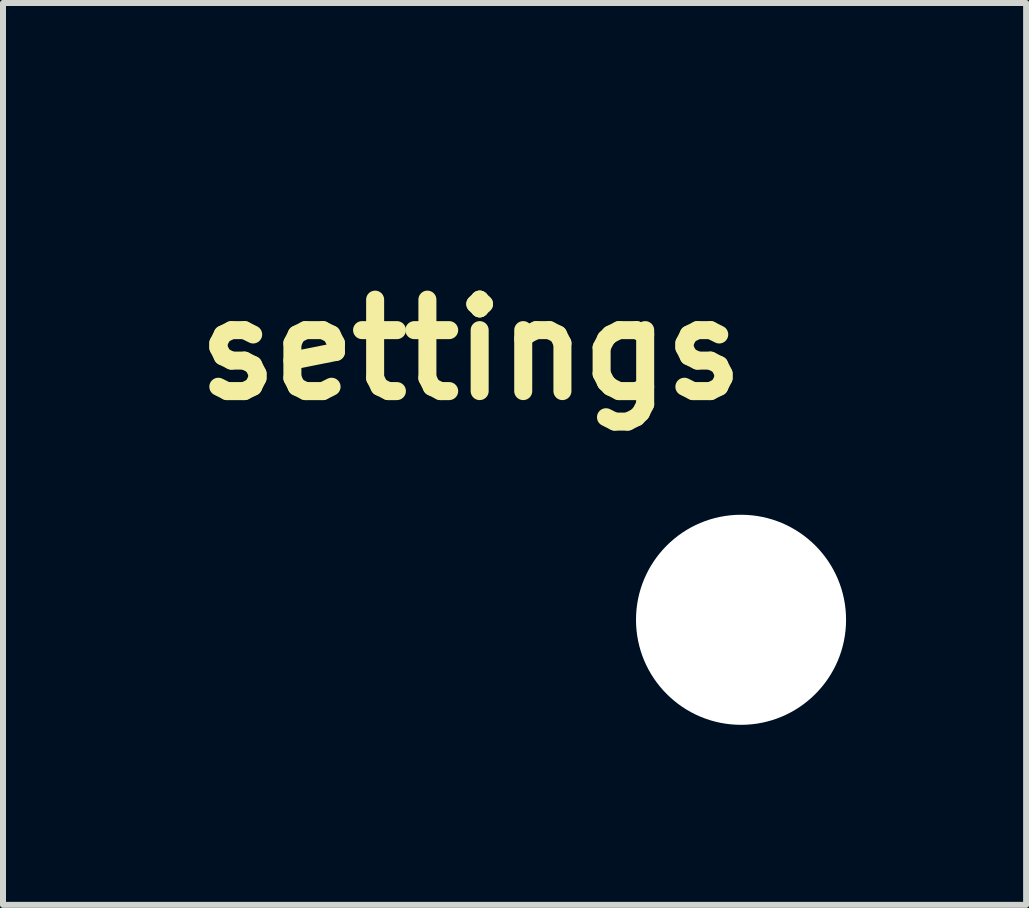
<source format=kicad_pcb>
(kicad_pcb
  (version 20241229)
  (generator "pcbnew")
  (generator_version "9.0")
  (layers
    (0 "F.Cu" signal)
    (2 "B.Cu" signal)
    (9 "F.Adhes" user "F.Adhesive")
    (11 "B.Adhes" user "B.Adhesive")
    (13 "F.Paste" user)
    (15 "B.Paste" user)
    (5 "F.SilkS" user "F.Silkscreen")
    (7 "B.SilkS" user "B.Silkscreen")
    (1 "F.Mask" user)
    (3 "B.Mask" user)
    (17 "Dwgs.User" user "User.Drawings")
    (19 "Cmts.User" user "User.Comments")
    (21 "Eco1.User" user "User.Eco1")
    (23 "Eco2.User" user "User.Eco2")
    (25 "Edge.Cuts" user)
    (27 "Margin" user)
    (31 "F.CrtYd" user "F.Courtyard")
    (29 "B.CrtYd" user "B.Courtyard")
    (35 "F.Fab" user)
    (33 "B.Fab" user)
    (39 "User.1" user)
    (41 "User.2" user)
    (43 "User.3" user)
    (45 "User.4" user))
  (footprint "settings"
    (layer "F.Cu")
    (at 9.297 7.277)
    (property "Reference" "settings" (at -4.5 -4.5 0) (layer "F.SilkS") (effects (font (size 1.524 1.524) (thickness 0.3))))
    (attr through_hole)
    (fp_poly (pts (xy -4.474 -5.063) (xy -4.387 -5.047) (xy -4.301 -5.017) (xy -4.248 -4.989) (xy -4.199 -4.955) (xy -4.149 -4.91) (xy -4.103 -4.859) (xy -4.064 -4.808) (xy -4.049 -4.782) (xy -4.011 -4.694) (xy -3.99 -4.603) (xy -3.984 -4.512) (xy -3.994 -4.421) (xy -4.02 -4.334) (xy -4.06 -4.251) (xy -4.116 -4.175) (xy -4.144 -4.144) (xy -4.217 -4.083) (xy -4.297 -4.036) (xy -4.383 -4.003) (xy -4.473 -3.986) (xy -4.565 -3.985) (xy -4.657 -4) (xy -4.66 -4.001) (xy -4.727 -4.024) (xy -4.796 -4.058) (xy -4.858 -4.098) (xy -4.871 -4.109) (xy -4.927 -4.163) (xy -4.976 -4.23) (xy -5.017 -4.304) (xy -5.045 -4.381) (xy -5.055 -4.42) (xy -5.064 -4.482) (xy -5.066 -4.538) (xy -5.061 -4.595) (xy -5.054 -4.633) (xy -5.027 -4.723) (xy -4.987 -4.803) (xy -4.936 -4.875) (xy -4.875 -4.936) (xy -4.805 -4.986) (xy -4.728 -5.024) (xy -4.646 -5.05) (xy -4.561 -5.064) (xy -4.474 -5.063)) (stroke (width 0.01) (type solid)) (fill yes) (layer "F.Mask"))
    (fp_poly (pts (xy -4.499 -7.272) (xy -4.452 -7.265) (xy -4.419 -7.253) (xy -4.372 -7.224) (xy -4.338 -7.19) (xy -4.31 -7.146) (xy -4.306 -7.139) (xy -4.28 -7.087) (xy -4.28 -6.577) (xy -4.168 -6.557) (xy -4.023 -6.527) (xy -3.885 -6.487) (xy -3.747 -6.436) (xy -3.606 -6.372) (xy -3.594 -6.366) (xy -3.544 -6.339) (xy -3.486 -6.306) (xy -3.425 -6.269) (xy -3.365 -6.231) (xy -3.311 -6.194) (xy -3.266 -6.162) (xy -3.263 -6.159) (xy -3.24 -6.142) (xy -3.04 -6.323) (xy -2.982 -6.376) (xy -2.934 -6.419) (xy -2.896 -6.452) (xy -2.865 -6.477) (xy -2.84 -6.496) (xy -2.821 -6.509) (xy -2.804 -6.518) (xy -2.793 -6.523) (xy -2.734 -6.537) (xy -2.676 -6.537) (xy -2.623 -6.523) (xy -2.574 -6.499) (xy -2.532 -6.464) (xy -2.499 -6.422) (xy -2.474 -6.374) (xy -2.461 -6.322) (xy -2.461 -6.268) (xy -2.474 -6.212) (xy -2.5 -6.161) (xy -2.513 -6.146) (xy -2.536 -6.121) (xy -2.568 -6.09) (xy -2.607 -6.053) (xy -2.65 -6.012) (xy -2.689 -5.977) (xy -2.734 -5.936) (xy -2.776 -5.898) (xy -2.813 -5.864) (xy -2.843 -5.837) (xy -2.864 -5.818) (xy -2.873 -5.809) (xy -2.892 -5.79) (xy -2.852 -5.735) (xy -2.761 -5.598) (xy -2.68 -5.45) (xy -2.61 -5.294) (xy -2.553 -5.134) (xy -2.51 -4.973) (xy -2.489 -4.865) (xy -2.474 -4.771) (xy -2.201 -4.771) (xy -2.125 -4.771) (xy -2.064 -4.771) (xy -2.016 -4.77) (xy -1.978 -4.769) (xy -1.95 -4.767) (xy -1.928 -4.765) (xy -1.911 -4.762) (xy -1.896 -4.759) (xy -1.882 -4.754) (xy -1.881 -4.754) (xy -1.831 -4.727) (xy -1.786 -4.687) (xy -1.751 -4.64) (xy -1.748 -4.634) (xy -1.734 -4.596) (xy -1.728 -4.548) (xy -1.728 -4.499) (xy -1.735 -4.452) (xy -1.747 -4.419) (xy -1.776 -4.372) (xy -1.81 -4.338) (xy -1.854 -4.31) (xy -1.861 -4.306) (xy -1.913 -4.28) (xy -2.474 -4.28) (xy -2.485 -4.206) (xy -2.516 -4.049) (xy -2.561 -3.89) (xy -2.619 -3.733) (xy -2.69 -3.581) (xy -2.77 -3.437) (xy -2.852 -3.315) (xy -2.899 -3.252) (xy -2.702 -3.053) (xy -2.641 -2.991) (xy -2.589 -2.937) (xy -2.547 -2.891) (xy -2.515 -2.855) (xy -2.494 -2.829) (xy -2.486 -2.816) (xy -2.466 -2.758) (xy -2.461 -2.698) (xy -2.472 -2.639) (xy -2.497 -2.582) (xy -2.529 -2.54) (xy -2.58 -2.497) (xy -2.636 -2.471) (xy -2.696 -2.461) (xy -2.759 -2.467) (xy -2.796 -2.478) (xy -2.811 -2.484) (xy -2.825 -2.492) (xy -2.841 -2.503) (xy -2.86 -2.518) (xy -2.884 -2.538) (xy -2.913 -2.566) (xy -2.951 -2.601) (xy -2.997 -2.647) (xy -3.048 -2.698) (xy -3.252 -2.899) (xy -3.328 -2.843) (xy -3.466 -2.752) (xy -3.612 -2.673) (xy -3.767 -2.605) (xy -3.864 -2.57) (xy -3.946 -2.544) (xy -4.031 -2.521) (xy -4.114 -2.502) (xy -4.189 -2.487) (xy -4.231 -2.481) (xy -4.28 -2.475) (xy -4.28 -1.913) (xy -4.306 -1.861) (xy -4.341 -1.806) (xy -4.385 -1.766) (xy -4.438 -1.74) (xy -4.501 -1.727) (xy -4.513 -1.727) (xy -4.56 -1.727) (xy -4.598 -1.733) (xy -4.604 -1.736) (xy -4.652 -1.76) (xy -4.695 -1.792) (xy -4.723 -1.824) (xy -4.736 -1.843) (xy -4.746 -1.86) (xy -4.754 -1.879) (xy -4.76 -1.901) (xy -4.764 -1.928) (xy -4.767 -1.962) (xy -4.769 -2.006) (xy -4.77 -2.06) (xy -4.771 -2.127) (xy -4.771 -2.201) (xy -4.771 -2.474) (xy -4.865 -2.489) (xy -5.027 -2.522) (xy -5.19 -2.571) (xy -5.351 -2.634) (xy -5.444 -2.678) (xy -5.484 -2.699) (xy -5.53 -2.724) (xy -5.578 -2.753) (xy -5.626 -2.782) (xy -5.672 -2.81) (xy -5.712 -2.836) (xy -5.743 -2.858) (xy -5.764 -2.874) (xy -5.77 -2.88) (xy -5.781 -2.89) (xy -5.786 -2.892) (xy -5.793 -2.886) (xy -5.81 -2.869) (xy -5.835 -2.843) (xy -5.867 -2.809) (xy -5.903 -2.769) (xy -5.94 -2.729) (xy -5.994 -2.669) (xy -6.039 -2.62) (xy -6.075 -2.581) (xy -6.104 -2.551) (xy -6.128 -2.528) (xy -6.147 -2.511) (xy -6.164 -2.498) (xy -6.179 -2.489) (xy -6.194 -2.482) (xy -6.206 -2.478) (xy -6.269 -2.462) (xy -6.331 -2.463) (xy -6.389 -2.481) (xy -6.443 -2.514) (xy -6.47 -2.539) (xy -6.507 -2.589) (xy -6.531 -2.646) (xy -6.54 -2.705) (xy -6.534 -2.763) (xy -6.516 -2.813) (xy -6.506 -2.828) (xy -6.486 -2.853) (xy -6.457 -2.888) (xy -6.422 -2.929) (xy -6.382 -2.975) (xy -6.338 -3.024) (xy -6.32 -3.044) (xy -6.141 -3.24) (xy -6.168 -3.276) (xy -6.233 -3.369) (xy -6.298 -3.473) (xy -6.359 -3.584) (xy -6.413 -3.695) (xy -6.459 -3.802) (xy -6.468 -3.826) (xy -6.496 -3.912) (xy -6.523 -4.009) (xy -6.546 -4.109) (xy -6.561 -4.19) (xy -6.576 -4.28) (xy -7.087 -4.28) (xy -7.139 -4.306) (xy -7.184 -4.333) (xy -7.219 -4.367) (xy -7.228 -4.379) (xy -6.091 -4.379) (xy -6.075 -4.277) (xy -6.043 -4.128) (xy -5.997 -3.982) (xy -5.939 -3.842) (xy -5.869 -3.712) (xy -5.835 -3.659) (xy -5.808 -3.619) (xy -5.777 -3.578) (xy -5.745 -3.538) (xy -5.716 -3.503) (xy -5.69 -3.474) (xy -5.67 -3.455) (xy -5.662 -3.45) (xy -5.645 -3.436) (xy -5.623 -3.415) (xy -5.608 -3.397) (xy -5.575 -3.36) (xy -5.535 -3.322) (xy -5.484 -3.282) (xy -5.422 -3.237) (xy -5.393 -3.217) (xy -5.256 -3.136) (xy -5.113 -3.069) (xy -4.963 -3.017) (xy -4.81 -2.98) (xy -4.655 -2.959) (xy -4.498 -2.954) (xy -4.394 -2.96) (xy -4.244 -2.98) (xy -4.101 -3.013) (xy -3.963 -3.059) (xy -3.836 -3.115) (xy -3.767 -3.151) (xy -3.699 -3.19) (xy -3.633 -3.232) (xy -3.573 -3.275) (xy -3.52 -3.317) (xy -3.478 -3.355) (xy -3.448 -3.389) (xy -3.446 -3.392) (xy -3.424 -3.418) (xy -3.397 -3.442) (xy -3.392 -3.446) (xy -3.359 -3.474) (xy -3.321 -3.515) (xy -3.279 -3.568) (xy -3.236 -3.628) (xy -3.193 -3.695) (xy -3.152 -3.765) (xy -3.116 -3.833) (xy -3.053 -3.981) (xy -3.005 -4.132) (xy -2.973 -4.287) (xy -2.957 -4.443) (xy -2.956 -4.599) (xy -2.971 -4.755) (xy -3.002 -4.909) (xy -3.049 -5.059) (xy -3.11 -5.205) (xy -3.187 -5.346) (xy -3.217 -5.393) (xy -3.265 -5.461) (xy -3.307 -5.516) (xy -3.345 -5.56) (xy -3.383 -5.596) (xy -3.397 -5.608) (xy -3.421 -5.629) (xy -3.441 -5.65) (xy -3.45 -5.662) (xy -3.463 -5.679) (xy -3.488 -5.703) (xy -3.521 -5.732) (xy -3.561 -5.764) (xy -3.605 -5.797) (xy -3.65 -5.829) (xy -3.679 -5.848) (xy -3.809 -5.923) (xy -3.95 -5.986) (xy -4.096 -6.035) (xy -4.246 -6.07) (xy -4.294 -6.078) (xy -4.38 -6.091) (xy -4.425 -6.07) (xy -4.483 -6.052) (xy -4.544 -6.049) (xy -4.603 -6.061) (xy -4.625 -6.07) (xy -4.646 -6.079) (xy -4.663 -6.085) (xy -4.68 -6.086) (xy -4.703 -6.085) (xy -4.737 -6.08) (xy -4.749 -6.078) (xy -4.907 -6.047) (xy -5.056 -6.002) (xy -5.199 -5.943) (xy -5.305 -5.887) (xy -5.348 -5.862) (xy -5.395 -5.831) (xy -5.442 -5.798) (xy -5.487 -5.764) (xy -5.527 -5.733) (xy -5.557 -5.707) (xy -5.569 -5.695) (xy -5.597 -5.665) (xy -5.631 -5.63) (xy -5.666 -5.596) (xy -5.695 -5.569) (xy -5.712 -5.552) (xy -5.734 -5.525) (xy -5.76 -5.494) (xy -5.771 -5.479) (xy -5.863 -5.346) (xy -5.94 -5.206) (xy -6.002 -5.059) (xy -6.048 -4.905) (xy -6.078 -4.751) (xy -6.084 -4.713) (xy -6.086 -4.687) (xy -6.086 -4.669) (xy -6.082 -4.652) (xy -6.074 -4.633) (xy -6.07 -4.625) (xy -6.052 -4.567) (xy -6.049 -4.506) (xy -6.062 -4.446) (xy -6.07 -4.425) (xy -6.091 -4.379) (xy -7.228 -4.379) (xy -7.249 -4.411) (xy -7.253 -4.419) (xy -7.266 -4.456) (xy -7.273 -4.503) (xy -7.272 -4.553) (xy -7.265 -4.6) (xy -7.252 -4.634) (xy -7.219 -4.682) (xy -7.175 -4.722) (xy -7.125 -4.751) (xy -7.119 -4.754) (xy -7.104 -4.759) (xy -7.089 -4.763) (xy -7.071 -4.766) (xy -7.049 -4.768) (xy -7.019 -4.769) (xy -6.981 -4.77) (xy -6.93 -4.771) (xy -6.867 -4.771) (xy -6.824 -4.771) (xy -6.576 -4.771) (xy -6.57 -4.811) (xy -6.535 -4.993) (xy -6.485 -5.172) (xy -6.418 -5.345) (xy -6.337 -5.512) (xy -6.241 -5.671) (xy -6.193 -5.74) (xy -6.151 -5.799) (xy -6.323 -5.972) (xy -6.378 -6.029) (xy -6.426 -6.079) (xy -6.464 -6.121) (xy -6.493 -6.154) (xy -6.511 -6.177) (xy -6.514 -6.184) (xy -6.535 -6.242) (xy -6.539 -6.302) (xy -6.528 -6.362) (xy -6.503 -6.418) (xy -6.47 -6.461) (xy -6.42 -6.503) (xy -6.364 -6.529) (xy -6.304 -6.539) (xy -6.241 -6.533) (xy -6.204 -6.522) (xy -6.188 -6.515) (xy -6.173 -6.507) (xy -6.156 -6.495) (xy -6.136 -6.479) (xy -6.111 -6.457) (xy -6.079 -6.427) (xy -6.039 -6.389) (xy -5.989 -6.34) (xy -5.977 -6.327) (xy -5.799 -6.151) (xy -5.727 -6.202) (xy -5.575 -6.301) (xy -5.415 -6.386) (xy -5.248 -6.457) (xy -5.076 -6.514) (xy -4.901 -6.555) (xy -4.811 -6.569) (xy -4.771 -6.575) (xy -4.771 -6.824) (xy -4.771 -6.896) (xy -4.77 -6.953) (xy -4.77 -6.998) (xy -4.769 -7.033) (xy -4.767 -7.059) (xy -4.764 -7.079) (xy -4.761 -7.096) (xy -4.757 -7.11) (xy -4.754 -7.119) (xy -4.727 -7.169) (xy -4.687 -7.214) (xy -4.64 -7.249) (xy -4.634 -7.252) (xy -4.596 -7.266) (xy -4.548 -7.272) (xy -4.499 -7.272)) (stroke (width 0.01) (type solid)) (fill yes) (layer "F.Mask"))
    (fp_poly (pts (xy -4.474 -5.063) (xy -4.387 -5.047) (xy -4.301 -5.017) (xy -4.248 -4.989) (xy -4.199 -4.955) (xy -4.149 -4.91) (xy -4.103 -4.859) (xy -4.064 -4.808) (xy -4.049 -4.782) (xy -4.011 -4.694) (xy -3.99 -4.603) (xy -3.984 -4.512) (xy -3.994 -4.421) (xy -4.02 -4.334) (xy -4.06 -4.251) (xy -4.116 -4.175) (xy -4.144 -4.144) (xy -4.217 -4.083) (xy -4.297 -4.036) (xy -4.383 -4.003) (xy -4.473 -3.986) (xy -4.565 -3.985) (xy -4.657 -4) (xy -4.66 -4.001) (xy -4.727 -4.024) (xy -4.796 -4.058) (xy -4.858 -4.098) (xy -4.871 -4.109) (xy -4.927 -4.163) (xy -4.976 -4.23) (xy -5.017 -4.304) (xy -5.045 -4.381) (xy -5.055 -4.42) (xy -5.064 -4.482) (xy -5.066 -4.538) (xy -5.061 -4.595) (xy -5.054 -4.633) (xy -5.027 -4.723) (xy -4.987 -4.803) (xy -4.936 -4.875) (xy -4.875 -4.936) (xy -4.805 -4.986) (xy -4.728 -5.024) (xy -4.646 -5.05) (xy -4.561 -5.064) (xy -4.474 -5.063)) (stroke (width 0.01) (type solid)) (fill yes) (layer "B.Mask"))
    (fp_poly (pts (xy -4.499 -7.272) (xy -4.452 -7.265) (xy -4.419 -7.253) (xy -4.372 -7.224) (xy -4.338 -7.19) (xy -4.31 -7.146) (xy -4.306 -7.139) (xy -4.28 -7.087) (xy -4.28 -6.577) (xy -4.168 -6.557) (xy -4.023 -6.527) (xy -3.885 -6.487) (xy -3.747 -6.436) (xy -3.606 -6.372) (xy -3.594 -6.366) (xy -3.544 -6.339) (xy -3.486 -6.306) (xy -3.425 -6.269) (xy -3.365 -6.231) (xy -3.311 -6.194) (xy -3.266 -6.162) (xy -3.263 -6.159) (xy -3.24 -6.142) (xy -3.04 -6.323) (xy -2.982 -6.376) (xy -2.934 -6.419) (xy -2.896 -6.452) (xy -2.865 -6.477) (xy -2.84 -6.496) (xy -2.821 -6.509) (xy -2.804 -6.518) (xy -2.793 -6.523) (xy -2.734 -6.537) (xy -2.676 -6.537) (xy -2.623 -6.523) (xy -2.574 -6.499) (xy -2.532 -6.464) (xy -2.499 -6.422) (xy -2.474 -6.374) (xy -2.461 -6.322) (xy -2.461 -6.268) (xy -2.474 -6.212) (xy -2.5 -6.161) (xy -2.513 -6.146) (xy -2.536 -6.121) (xy -2.568 -6.09) (xy -2.607 -6.053) (xy -2.65 -6.012) (xy -2.689 -5.977) (xy -2.734 -5.936) (xy -2.776 -5.898) (xy -2.813 -5.864) (xy -2.843 -5.837) (xy -2.864 -5.818) (xy -2.873 -5.809) (xy -2.892 -5.79) (xy -2.852 -5.735) (xy -2.761 -5.598) (xy -2.68 -5.45) (xy -2.61 -5.294) (xy -2.553 -5.134) (xy -2.51 -4.973) (xy -2.489 -4.865) (xy -2.474 -4.771) (xy -2.201 -4.771) (xy -2.125 -4.771) (xy -2.064 -4.771) (xy -2.016 -4.77) (xy -1.978 -4.769) (xy -1.95 -4.767) (xy -1.928 -4.765) (xy -1.911 -4.762) (xy -1.896 -4.759) (xy -1.882 -4.754) (xy -1.881 -4.754) (xy -1.831 -4.727) (xy -1.786 -4.687) (xy -1.751 -4.64) (xy -1.748 -4.634) (xy -1.734 -4.596) (xy -1.728 -4.548) (xy -1.728 -4.499) (xy -1.735 -4.452) (xy -1.747 -4.419) (xy -1.776 -4.372) (xy -1.81 -4.338) (xy -1.854 -4.31) (xy -1.861 -4.306) (xy -1.913 -4.28) (xy -2.474 -4.28) (xy -2.485 -4.206) (xy -2.516 -4.049) (xy -2.561 -3.89) (xy -2.619 -3.733) (xy -2.69 -3.581) (xy -2.77 -3.437) (xy -2.852 -3.315) (xy -2.899 -3.252) (xy -2.702 -3.053) (xy -2.641 -2.991) (xy -2.589 -2.937) (xy -2.547 -2.891) (xy -2.515 -2.855) (xy -2.494 -2.829) (xy -2.486 -2.816) (xy -2.466 -2.758) (xy -2.461 -2.698) (xy -2.472 -2.639) (xy -2.497 -2.582) (xy -2.529 -2.54) (xy -2.58 -2.497) (xy -2.636 -2.471) (xy -2.696 -2.461) (xy -2.759 -2.467) (xy -2.796 -2.478) (xy -2.811 -2.484) (xy -2.825 -2.492) (xy -2.841 -2.503) (xy -2.86 -2.518) (xy -2.884 -2.538) (xy -2.913 -2.566) (xy -2.951 -2.601) (xy -2.997 -2.647) (xy -3.048 -2.698) (xy -3.252 -2.899) (xy -3.328 -2.843) (xy -3.466 -2.752) (xy -3.612 -2.673) (xy -3.767 -2.605) (xy -3.864 -2.57) (xy -3.946 -2.544) (xy -4.031 -2.521) (xy -4.114 -2.502) (xy -4.189 -2.487) (xy -4.231 -2.481) (xy -4.28 -2.475) (xy -4.28 -1.913) (xy -4.306 -1.861) (xy -4.341 -1.806) (xy -4.385 -1.766) (xy -4.438 -1.74) (xy -4.501 -1.727) (xy -4.513 -1.727) (xy -4.56 -1.727) (xy -4.598 -1.733) (xy -4.604 -1.736) (xy -4.652 -1.76) (xy -4.695 -1.792) (xy -4.723 -1.824) (xy -4.736 -1.843) (xy -4.746 -1.86) (xy -4.754 -1.879) (xy -4.76 -1.901) (xy -4.764 -1.928) (xy -4.767 -1.962) (xy -4.769 -2.006) (xy -4.77 -2.06) (xy -4.771 -2.127) (xy -4.771 -2.201) (xy -4.771 -2.474) (xy -4.865 -2.489) (xy -5.027 -2.522) (xy -5.19 -2.571) (xy -5.351 -2.634) (xy -5.444 -2.678) (xy -5.484 -2.699) (xy -5.53 -2.724) (xy -5.578 -2.753) (xy -5.626 -2.782) (xy -5.672 -2.81) (xy -5.712 -2.836) (xy -5.743 -2.858) (xy -5.764 -2.874) (xy -5.77 -2.88) (xy -5.781 -2.89) (xy -5.786 -2.892) (xy -5.793 -2.886) (xy -5.81 -2.869) (xy -5.835 -2.843) (xy -5.867 -2.809) (xy -5.903 -2.769) (xy -5.94 -2.729) (xy -5.994 -2.669) (xy -6.039 -2.62) (xy -6.075 -2.581) (xy -6.104 -2.551) (xy -6.128 -2.528) (xy -6.147 -2.511) (xy -6.164 -2.498) (xy -6.179 -2.489) (xy -6.194 -2.482) (xy -6.206 -2.478) (xy -6.269 -2.462) (xy -6.331 -2.463) (xy -6.389 -2.481) (xy -6.443 -2.514) (xy -6.47 -2.539) (xy -6.507 -2.589) (xy -6.531 -2.646) (xy -6.54 -2.705) (xy -6.534 -2.763) (xy -6.516 -2.813) (xy -6.506 -2.828) (xy -6.486 -2.853) (xy -6.457 -2.888) (xy -6.422 -2.929) (xy -6.382 -2.975) (xy -6.338 -3.024) (xy -6.32 -3.044) (xy -6.141 -3.24) (xy -6.168 -3.276) (xy -6.233 -3.369) (xy -6.298 -3.473) (xy -6.359 -3.584) (xy -6.413 -3.695) (xy -6.459 -3.802) (xy -6.468 -3.826) (xy -6.496 -3.912) (xy -6.523 -4.009) (xy -6.546 -4.109) (xy -6.561 -4.19) (xy -6.576 -4.28) (xy -7.087 -4.28) (xy -7.139 -4.306) (xy -7.184 -4.333) (xy -7.219 -4.367) (xy -7.228 -4.379) (xy -6.091 -4.379) (xy -6.075 -4.277) (xy -6.043 -4.128) (xy -5.997 -3.982) (xy -5.939 -3.842) (xy -5.869 -3.712) (xy -5.835 -3.659) (xy -5.808 -3.619) (xy -5.777 -3.578) (xy -5.745 -3.538) (xy -5.716 -3.503) (xy -5.69 -3.474) (xy -5.67 -3.455) (xy -5.662 -3.45) (xy -5.645 -3.436) (xy -5.623 -3.415) (xy -5.608 -3.397) (xy -5.575 -3.36) (xy -5.535 -3.322) (xy -5.484 -3.282) (xy -5.422 -3.237) (xy -5.393 -3.217) (xy -5.256 -3.136) (xy -5.113 -3.069) (xy -4.963 -3.017) (xy -4.81 -2.98) (xy -4.655 -2.959) (xy -4.498 -2.954) (xy -4.394 -2.96) (xy -4.244 -2.98) (xy -4.101 -3.013) (xy -3.963 -3.059) (xy -3.836 -3.115) (xy -3.767 -3.151) (xy -3.699 -3.19) (xy -3.633 -3.232) (xy -3.573 -3.275) (xy -3.52 -3.317) (xy -3.478 -3.355) (xy -3.448 -3.389) (xy -3.446 -3.392) (xy -3.424 -3.418) (xy -3.397 -3.442) (xy -3.392 -3.446) (xy -3.359 -3.474) (xy -3.321 -3.515) (xy -3.279 -3.568) (xy -3.236 -3.628) (xy -3.193 -3.695) (xy -3.152 -3.765) (xy -3.116 -3.833) (xy -3.053 -3.981) (xy -3.005 -4.132) (xy -2.973 -4.287) (xy -2.957 -4.443) (xy -2.956 -4.599) (xy -2.971 -4.755) (xy -3.002 -4.909) (xy -3.049 -5.059) (xy -3.11 -5.205) (xy -3.187 -5.346) (xy -3.217 -5.393) (xy -3.265 -5.461) (xy -3.307 -5.516) (xy -3.345 -5.56) (xy -3.383 -5.596) (xy -3.397 -5.608) (xy -3.421 -5.629) (xy -3.441 -5.65) (xy -3.45 -5.662) (xy -3.463 -5.679) (xy -3.488 -5.703) (xy -3.521 -5.732) (xy -3.561 -5.764) (xy -3.605 -5.797) (xy -3.65 -5.829) (xy -3.679 -5.848) (xy -3.809 -5.923) (xy -3.95 -5.986) (xy -4.096 -6.035) (xy -4.246 -6.07) (xy -4.294 -6.078) (xy -4.38 -6.091) (xy -4.425 -6.07) (xy -4.483 -6.052) (xy -4.544 -6.049) (xy -4.603 -6.061) (xy -4.625 -6.07) (xy -4.646 -6.079) (xy -4.663 -6.085) (xy -4.68 -6.086) (xy -4.703 -6.085) (xy -4.737 -6.08) (xy -4.749 -6.078) (xy -4.907 -6.047) (xy -5.056 -6.002) (xy -5.199 -5.943) (xy -5.305 -5.887) (xy -5.348 -5.862) (xy -5.395 -5.831) (xy -5.442 -5.798) (xy -5.487 -5.764) (xy -5.527 -5.733) (xy -5.557 -5.707) (xy -5.569 -5.695) (xy -5.597 -5.665) (xy -5.631 -5.63) (xy -5.666 -5.596) (xy -5.695 -5.569) (xy -5.712 -5.552) (xy -5.734 -5.525) (xy -5.76 -5.494) (xy -5.771 -5.479) (xy -5.863 -5.346) (xy -5.94 -5.206) (xy -6.002 -5.059) (xy -6.048 -4.905) (xy -6.078 -4.751) (xy -6.084 -4.713) (xy -6.086 -4.687) (xy -6.086 -4.669) (xy -6.082 -4.652) (xy -6.074 -4.633) (xy -6.07 -4.625) (xy -6.052 -4.567) (xy -6.049 -4.506) (xy -6.062 -4.446) (xy -6.07 -4.425) (xy -6.091 -4.379) (xy -7.228 -4.379) (xy -7.249 -4.411) (xy -7.253 -4.419) (xy -7.266 -4.456) (xy -7.273 -4.503) (xy -7.272 -4.553) (xy -7.265 -4.6) (xy -7.252 -4.634) (xy -7.219 -4.682) (xy -7.175 -4.722) (xy -7.125 -4.751) (xy -7.119 -4.754) (xy -7.104 -4.759) (xy -7.089 -4.763) (xy -7.071 -4.766) (xy -7.049 -4.768) (xy -7.019 -4.769) (xy -6.981 -4.77) (xy -6.93 -4.771) (xy -6.867 -4.771) (xy -6.824 -4.771) (xy -6.576 -4.771) (xy -6.57 -4.811) (xy -6.535 -4.993) (xy -6.485 -5.172) (xy -6.418 -5.345) (xy -6.337 -5.512) (xy -6.241 -5.671) (xy -6.193 -5.74) (xy -6.151 -5.799) (xy -6.323 -5.972) (xy -6.378 -6.029) (xy -6.426 -6.079) (xy -6.464 -6.121) (xy -6.493 -6.154) (xy -6.511 -6.177) (xy -6.514 -6.184) (xy -6.535 -6.242) (xy -6.539 -6.302) (xy -6.528 -6.362) (xy -6.503 -6.418) (xy -6.47 -6.461) (xy -6.42 -6.503) (xy -6.364 -6.529) (xy -6.304 -6.539) (xy -6.241 -6.533) (xy -6.204 -6.522) (xy -6.188 -6.515) (xy -6.173 -6.507) (xy -6.156 -6.495) (xy -6.136 -6.479) (xy -6.111 -6.457) (xy -6.079 -6.427) (xy -6.039 -6.389) (xy -5.989 -6.34) (xy -5.977 -6.327) (xy -5.799 -6.151) (xy -5.727 -6.202) (xy -5.575 -6.301) (xy -5.415 -6.386) (xy -5.248 -6.457) (xy -5.076 -6.514) (xy -4.901 -6.555) (xy -4.811 -6.569) (xy -4.771 -6.575) (xy -4.771 -6.824) (xy -4.771 -6.896) (xy -4.77 -6.953) (xy -4.77 -6.998) (xy -4.769 -7.033) (xy -4.767 -7.059) (xy -4.764 -7.079) (xy -4.761 -7.096) (xy -4.757 -7.11) (xy -4.754 -7.119) (xy -4.727 -7.169) (xy -4.687 -7.214) (xy -4.64 -7.249) (xy -4.634 -7.252) (xy -4.596 -7.266) (xy -4.548 -7.272) (xy -4.499 -7.272)) (stroke (width 0.01) (type solid)) (fill yes) (layer "B.Mask"))
    (pad "" np_thru_hole circle (at 0 0) (size 3.5 3.5) (drill 3.5) (layers "*.Cu" "*.Mask")))
  (gr_rect
    (start -3 -3)
    (end 14.047 12.027)
    (stroke (width 0.1) (type default))
    (fill no)
    (layer "Edge.Cuts")))
</source>
